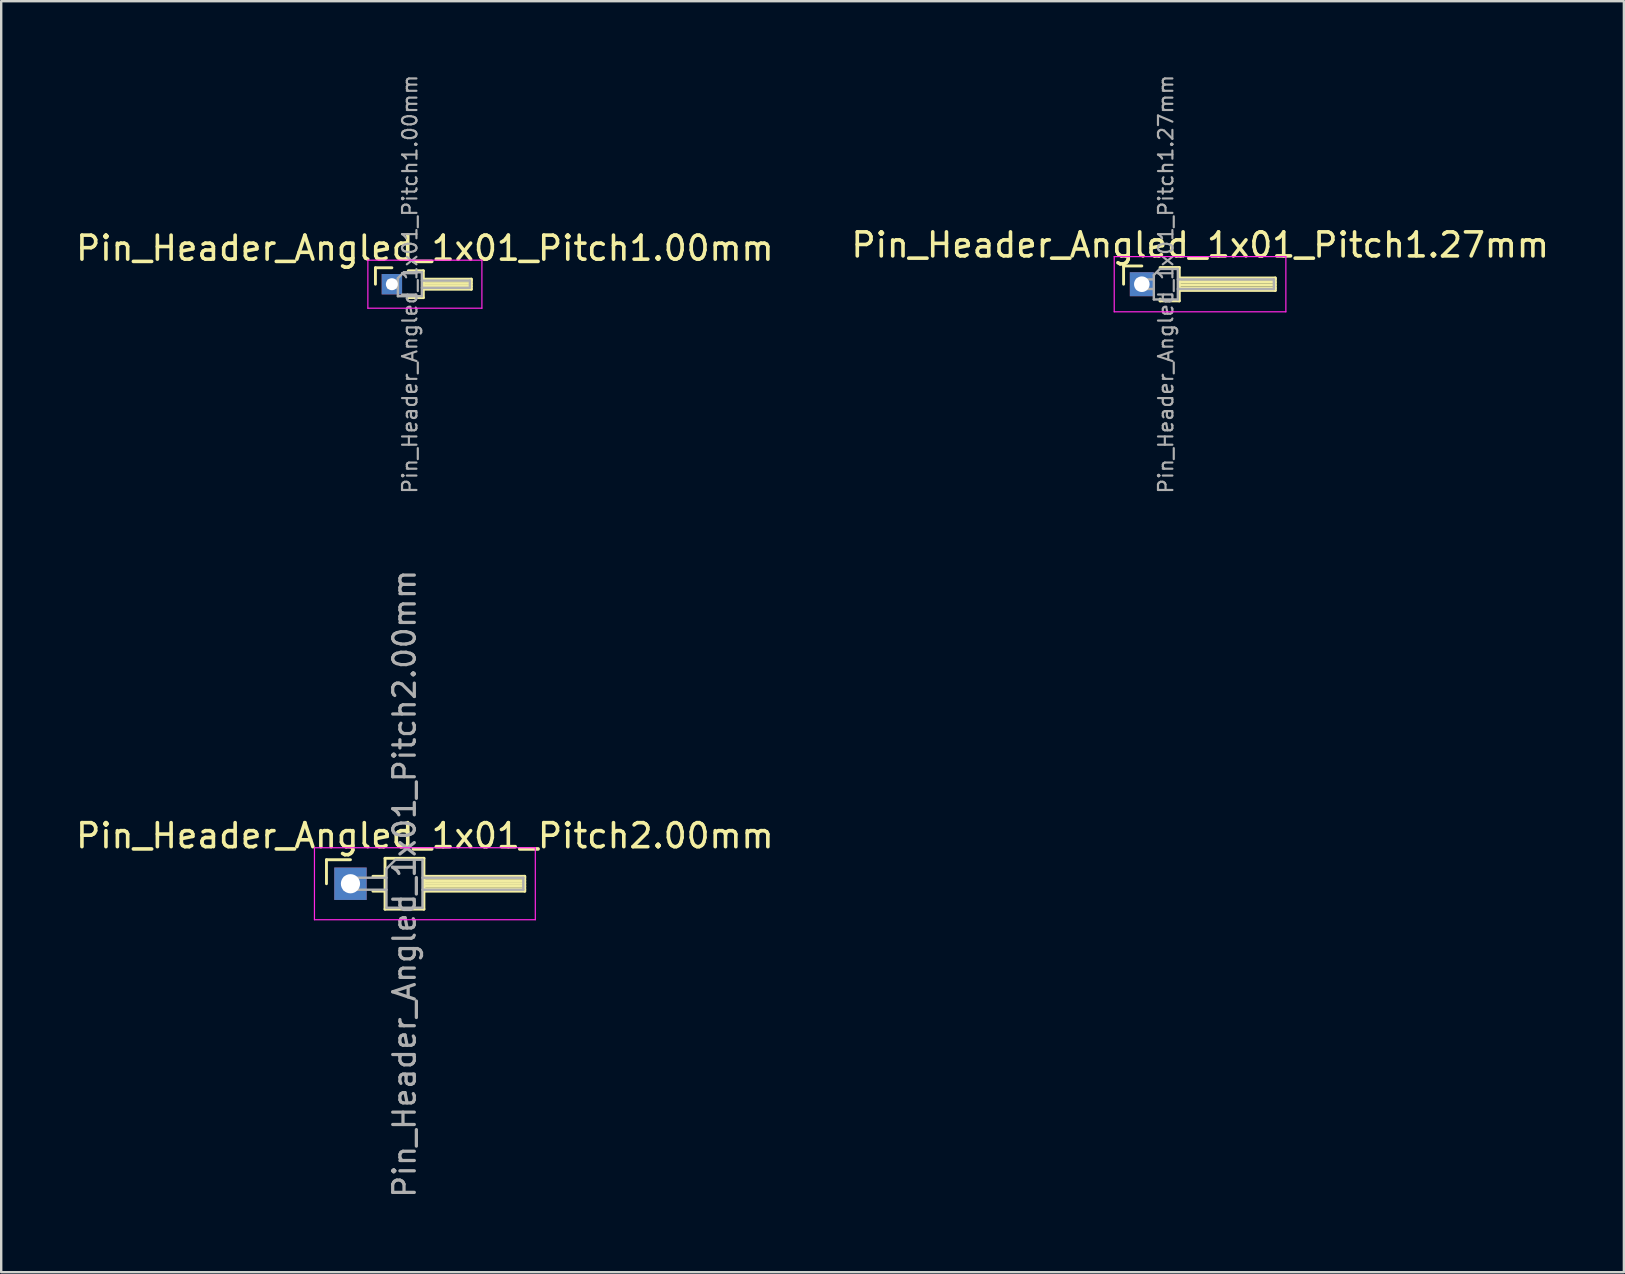
<source format=kicad_pcb>
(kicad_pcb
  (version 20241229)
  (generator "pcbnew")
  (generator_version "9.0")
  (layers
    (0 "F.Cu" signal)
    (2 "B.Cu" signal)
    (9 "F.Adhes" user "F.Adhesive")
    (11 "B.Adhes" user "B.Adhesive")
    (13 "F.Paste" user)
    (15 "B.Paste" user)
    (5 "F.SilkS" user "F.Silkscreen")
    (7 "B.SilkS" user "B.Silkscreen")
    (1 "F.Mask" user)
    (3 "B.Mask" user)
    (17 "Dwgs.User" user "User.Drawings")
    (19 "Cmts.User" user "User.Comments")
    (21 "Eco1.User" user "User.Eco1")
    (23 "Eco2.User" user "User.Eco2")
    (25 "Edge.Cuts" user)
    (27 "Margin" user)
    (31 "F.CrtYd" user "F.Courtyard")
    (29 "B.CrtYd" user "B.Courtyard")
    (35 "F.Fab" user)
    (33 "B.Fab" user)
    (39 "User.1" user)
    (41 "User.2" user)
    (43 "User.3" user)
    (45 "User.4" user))
  (footprint "Pin_Header_Angled_1x01_Pitch2.00mm"
    (layer "F.Cu")
    (at 11.549 33.763)
    (property "Reference" "Pin_Header_Angled_1x01_Pitch2.00mm" (at 3.1 -2 0) (layer "F.SilkS") (effects (font (size 1 1) (thickness 0.15))))
    (attr through_hole)
    (fp_line (start -1 -1) (end 0 -1) (stroke (width 0.12) (type solid)) (layer "F.SilkS"))
    (fp_line (start -1 0) (end -1 -1) (stroke (width 0.12) (type solid)) (layer "F.SilkS"))
    (fp_line (start 0.935 -0.31) (end 1.44 -0.31) (stroke (width 0.12) (type solid)) (layer "F.SilkS"))
    (fp_line (start 0.935 0.31) (end 1.44 0.31) (stroke (width 0.12) (type solid)) (layer "F.SilkS"))
    (fp_line (start 1.44 -1.06) (end 1.44 1.06) (stroke (width 0.12) (type solid)) (layer "F.SilkS"))
    (fp_line (start 1.44 1.06) (end 3.06 1.06) (stroke (width 0.12) (type solid)) (layer "F.SilkS"))
    (fp_line (start 3.06 -1.06) (end 1.44 -1.06) (stroke (width 0.12) (type solid)) (layer "F.SilkS"))
    (fp_line (start 3.06 -0.31) (end 7.26 -0.31) (stroke (width 0.12) (type solid)) (layer "F.SilkS"))
    (fp_line (start 3.06 -0.25) (end 7.26 -0.25) (stroke (width 0.12) (type solid)) (layer "F.SilkS"))
    (fp_line (start 3.06 -0.13) (end 7.26 -0.13) (stroke (width 0.12) (type solid)) (layer "F.SilkS"))
    (fp_line (start 3.06 -0.01) (end 7.26 -0.01) (stroke (width 0.12) (type solid)) (layer "F.SilkS"))
    (fp_line (start 3.06 0.11) (end 7.26 0.11) (stroke (width 0.12) (type solid)) (layer "F.SilkS"))
    (fp_line (start 3.06 0.23) (end 7.26 0.23) (stroke (width 0.12) (type solid)) (layer "F.SilkS"))
    (fp_line (start 3.06 1.06) (end 3.06 -1.06) (stroke (width 0.12) (type solid)) (layer "F.SilkS"))
    (fp_line (start 7.26 -0.31) (end 7.26 0.31) (stroke (width 0.12) (type solid)) (layer "F.SilkS"))
    (fp_line (start 7.26 0.31) (end 3.06 0.31) (stroke (width 0.12) (type solid)) (layer "F.SilkS"))
    (fp_line (start -1.5 -1.5) (end -1.5 1.5) (stroke (width 0.05) (type solid)) (layer "F.CrtYd"))
    (fp_line (start -1.5 1.5) (end 7.7 1.5) (stroke (width 0.05) (type solid)) (layer "F.CrtYd"))
    (fp_line (start 7.7 -1.5) (end -1.5 -1.5) (stroke (width 0.05) (type solid)) (layer "F.CrtYd"))
    (fp_line (start 7.7 1.5) (end 7.7 -1.5) (stroke (width 0.05) (type solid)) (layer "F.CrtYd"))
    (fp_line (start -0.25 -0.25) (end -0.25 0.25) (stroke (width 0.1) (type solid)) (layer "F.Fab"))
    (fp_line (start -0.25 -0.25) (end 1.5 -0.25) (stroke (width 0.1) (type solid)) (layer "F.Fab"))
    (fp_line (start -0.25 0.25) (end 1.5 0.25) (stroke (width 0.1) (type solid)) (layer "F.Fab"))
    (fp_line (start 1.5 -0.625) (end 1.875 -1) (stroke (width 0.1) (type solid)) (layer "F.Fab"))
    (fp_line (start 1.5 1) (end 1.5 -0.625) (stroke (width 0.1) (type solid)) (layer "F.Fab"))
    (fp_line (start 1.875 -1) (end 3 -1) (stroke (width 0.1) (type solid)) (layer "F.Fab"))
    (fp_line (start 3 -1) (end 3 1) (stroke (width 0.1) (type solid)) (layer "F.Fab"))
    (fp_line (start 3 -0.25) (end 7.2 -0.25) (stroke (width 0.1) (type solid)) (layer "F.Fab"))
    (fp_line (start 3 0.25) (end 7.2 0.25) (stroke (width 0.1) (type solid)) (layer "F.Fab"))
    (fp_line (start 3 1) (end 1.5 1) (stroke (width 0.1) (type solid)) (layer "F.Fab"))
    (fp_line (start 7.2 -0.25) (end 7.2 0.25) (stroke (width 0.1) (type solid)) (layer "F.Fab"))
    (fp_text user "${REFERENCE}" (at 2.25 0 90) (layer "F.Fab") (effects (font (size 0.9 0.9) (thickness 0.135))))
    (pad "1" thru_hole rect (at 0 0) (size 1.35 1.35) (drill 0.8) (layers "*.Cu" "*.Mask")))
  (footprint "Pin_Header_Angled_1x01_Pitch1.00mm"
    (layer "F.Cu")
    (at 13.274 8.789)
    (property "Reference" "Pin_Header_Angled_1x01_Pitch1.00mm" (at 1.375 -1.5 0) (layer "F.SilkS") (effects (font (size 1 1) (thickness 0.15))))
    (attr through_hole)
    (fp_line (start -0.685 -0.685) (end 0 -0.685) (stroke (width 0.12) (type solid)) (layer "F.SilkS"))
    (fp_line (start -0.685 0) (end -0.685 -0.685) (stroke (width 0.12) (type solid)) (layer "F.SilkS"))
    (fp_line (start 0.685 -0.56) (end 1.31 -0.56) (stroke (width 0.12) (type solid)) (layer "F.SilkS"))
    (fp_line (start 1.31 -0.56) (end 1.31 0.56) (stroke (width 0.12) (type solid)) (layer "F.SilkS"))
    (fp_line (start 1.31 -0.21) (end 3.31 -0.21) (stroke (width 0.12) (type solid)) (layer "F.SilkS"))
    (fp_line (start 1.31 -0.15) (end 3.31 -0.15) (stroke (width 0.12) (type solid)) (layer "F.SilkS"))
    (fp_line (start 1.31 -0.03) (end 3.31 -0.03) (stroke (width 0.12) (type solid)) (layer "F.SilkS"))
    (fp_line (start 1.31 0.09) (end 3.31 0.09) (stroke (width 0.12) (type solid)) (layer "F.SilkS"))
    (fp_line (start 1.31 0.56) (end 0.685 0.56) (stroke (width 0.12) (type solid)) (layer "F.SilkS"))
    (fp_line (start 3.31 -0.21) (end 3.31 0.21) (stroke (width 0.12) (type solid)) (layer "F.SilkS"))
    (fp_line (start 3.31 0.21) (end 1.31 0.21) (stroke (width 0.12) (type solid)) (layer "F.SilkS"))
    (fp_line (start -1 -1) (end -1 1) (stroke (width 0.05) (type solid)) (layer "F.CrtYd"))
    (fp_line (start -1 1) (end 3.75 1) (stroke (width 0.05) (type solid)) (layer "F.CrtYd"))
    (fp_line (start 3.75 -1) (end -1 -1) (stroke (width 0.05) (type solid)) (layer "F.CrtYd"))
    (fp_line (start 3.75 1) (end 3.75 -1) (stroke (width 0.05) (type solid)) (layer "F.CrtYd"))
    (fp_line (start -0.15 -0.15) (end -0.15 0.15) (stroke (width 0.1) (type solid)) (layer "F.Fab"))
    (fp_line (start -0.15 -0.15) (end 0.25 -0.15) (stroke (width 0.1) (type solid)) (layer "F.Fab"))
    (fp_line (start -0.15 0.15) (end 0.25 0.15) (stroke (width 0.1) (type solid)) (layer "F.Fab"))
    (fp_line (start 0.25 -0.25) (end 0.5 -0.5) (stroke (width 0.1) (type solid)) (layer "F.Fab"))
    (fp_line (start 0.25 0.5) (end 0.25 -0.25) (stroke (width 0.1) (type solid)) (layer "F.Fab"))
    (fp_line (start 0.5 -0.5) (end 1.25 -0.5) (stroke (width 0.1) (type solid)) (layer "F.Fab"))
    (fp_line (start 1.25 -0.5) (end 1.25 0.5) (stroke (width 0.1) (type solid)) (layer "F.Fab"))
    (fp_line (start 1.25 -0.15) (end 3.25 -0.15) (stroke (width 0.1) (type solid)) (layer "F.Fab"))
    (fp_line (start 1.25 0.15) (end 3.25 0.15) (stroke (width 0.1) (type solid)) (layer "F.Fab"))
    (fp_line (start 1.25 0.5) (end 0.25 0.5) (stroke (width 0.1) (type solid)) (layer "F.Fab"))
    (fp_line (start 3.25 -0.15) (end 3.25 0.15) (stroke (width 0.1) (type solid)) (layer "F.Fab"))
    (fp_text user "${REFERENCE}" (at 0.75 0 90) (layer "F.Fab") (effects (font (size 0.6 0.6) (thickness 0.09))))
    (pad "1" thru_hole rect (at 0 0) (size 0.85 0.85) (drill 0.5) (layers "*.Cu" "*.Mask")))
  (footprint "Pin_Header_Angled_1x01_Pitch1.27mm"
    (layer "F.Cu")
    (at 44.514 8.789)
    (property "Reference" "Pin_Header_Angled_1x01_Pitch1.27mm" (at 2.433 -1.635 0) (layer "F.SilkS") (effects (font (size 1 1) (thickness 0.15))))
    (attr through_hole)
    (fp_line (start -0.76 -0.76) (end 0 -0.76) (stroke (width 0.12) (type solid)) (layer "F.SilkS"))
    (fp_line (start -0.76 0) (end -0.76 -0.76) (stroke (width 0.12) (type solid)) (layer "F.SilkS"))
    (fp_line (start 0.76 -0.695) (end 1.56 -0.695) (stroke (width 0.12) (type solid)) (layer "F.SilkS"))
    (fp_line (start 0.76 0.695) (end 0.76 0.62) (stroke (width 0.12) (type solid)) (layer "F.SilkS"))
    (fp_line (start 1.56 -0.695) (end 1.56 0.695) (stroke (width 0.12) (type solid)) (layer "F.SilkS"))
    (fp_line (start 1.56 -0.26) (end 5.56 -0.26) (stroke (width 0.12) (type solid)) (layer "F.SilkS"))
    (fp_line (start 1.56 -0.2) (end 5.56 -0.2) (stroke (width 0.12) (type solid)) (layer "F.SilkS"))
    (fp_line (start 1.56 -0.08) (end 5.56 -0.08) (stroke (width 0.12) (type solid)) (layer "F.SilkS"))
    (fp_line (start 1.56 0.04) (end 5.56 0.04) (stroke (width 0.12) (type solid)) (layer "F.SilkS"))
    (fp_line (start 1.56 0.16) (end 5.56 0.16) (stroke (width 0.12) (type solid)) (layer "F.SilkS"))
    (fp_line (start 1.56 0.695) (end 0.76 0.695) (stroke (width 0.12) (type solid)) (layer "F.SilkS"))
    (fp_line (start 5.56 -0.26) (end 5.56 0.26) (stroke (width 0.12) (type solid)) (layer "F.SilkS"))
    (fp_line (start 5.56 0.26) (end 1.56 0.26) (stroke (width 0.12) (type solid)) (layer "F.SilkS"))
    (fp_line (start -1.15 -1.15) (end -1.15 1.15) (stroke (width 0.05) (type solid)) (layer "F.CrtYd"))
    (fp_line (start -1.15 1.15) (end 6 1.15) (stroke (width 0.05) (type solid)) (layer "F.CrtYd"))
    (fp_line (start 6 -1.15) (end -1.15 -1.15) (stroke (width 0.05) (type solid)) (layer "F.CrtYd"))
    (fp_line (start 6 1.15) (end 6 -1.15) (stroke (width 0.05) (type solid)) (layer "F.CrtYd"))
    (fp_line (start -0.2 -0.2) (end -0.2 0.2) (stroke (width 0.1) (type solid)) (layer "F.Fab"))
    (fp_line (start -0.2 -0.2) (end 0.5 -0.2) (stroke (width 0.1) (type solid)) (layer "F.Fab"))
    (fp_line (start -0.2 0.2) (end 0.5 0.2) (stroke (width 0.1) (type solid)) (layer "F.Fab"))
    (fp_line (start 0.5 -0.385) (end 0.75 -0.635) (stroke (width 0.1) (type solid)) (layer "F.Fab"))
    (fp_line (start 0.5 0.635) (end 0.5 -0.385) (stroke (width 0.1) (type solid)) (layer "F.Fab"))
    (fp_line (start 0.75 -0.635) (end 1.5 -0.635) (stroke (width 0.1) (type solid)) (layer "F.Fab"))
    (fp_line (start 1.5 -0.635) (end 1.5 0.635) (stroke (width 0.1) (type solid)) (layer "F.Fab"))
    (fp_line (start 1.5 -0.2) (end 5.5 -0.2) (stroke (width 0.1) (type solid)) (layer "F.Fab"))
    (fp_line (start 1.5 0.2) (end 5.5 0.2) (stroke (width 0.1) (type solid)) (layer "F.Fab"))
    (fp_line (start 1.5 0.635) (end 0.5 0.635) (stroke (width 0.1) (type solid)) (layer "F.Fab"))
    (fp_line (start 5.5 -0.2) (end 5.5 0.2) (stroke (width 0.1) (type solid)) (layer "F.Fab"))
    (fp_text user "${REFERENCE}" (at 1 0 90) (layer "F.Fab") (effects (font (size 0.6 0.6) (thickness 0.09))))
    (pad "1" thru_hole rect (at 0 0) (size 1 1) (drill 0.65) (layers "*.Cu" "*.Mask")))
  (gr_rect
    (start -3 -3)
    (end 64.595 49.946)
    (stroke (width 0.1) (type default))
    (fill no)
    (layer "Edge.Cuts")))
</source>
